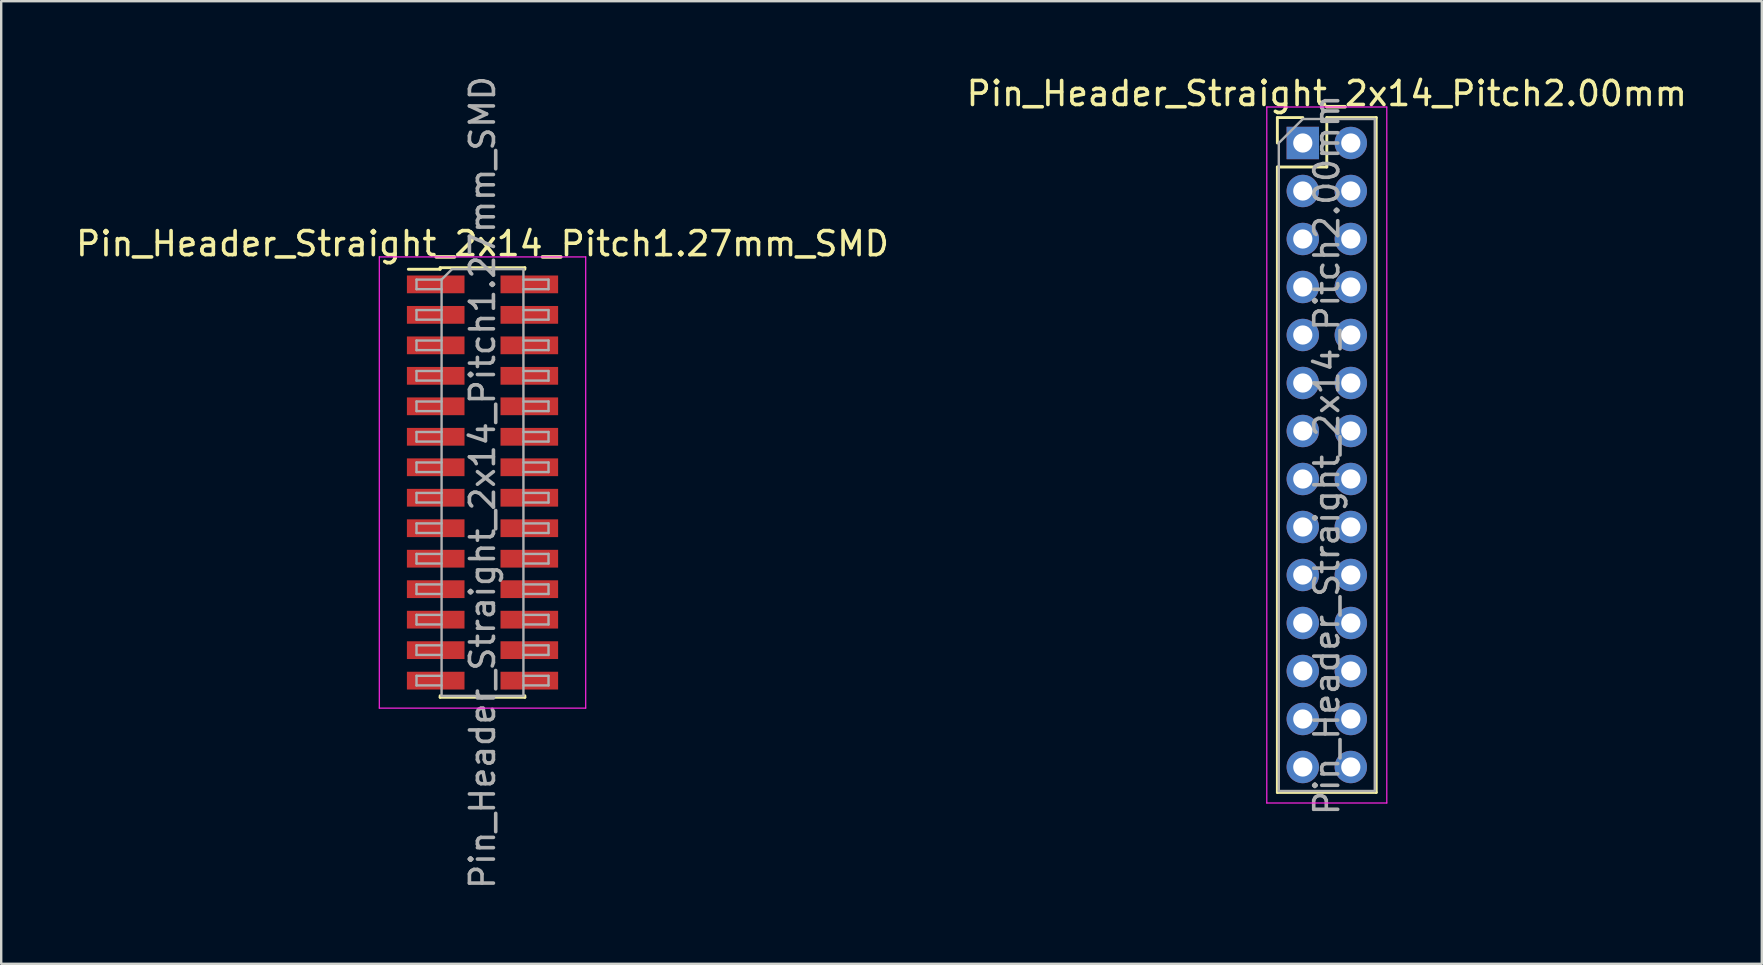
<source format=kicad_pcb>
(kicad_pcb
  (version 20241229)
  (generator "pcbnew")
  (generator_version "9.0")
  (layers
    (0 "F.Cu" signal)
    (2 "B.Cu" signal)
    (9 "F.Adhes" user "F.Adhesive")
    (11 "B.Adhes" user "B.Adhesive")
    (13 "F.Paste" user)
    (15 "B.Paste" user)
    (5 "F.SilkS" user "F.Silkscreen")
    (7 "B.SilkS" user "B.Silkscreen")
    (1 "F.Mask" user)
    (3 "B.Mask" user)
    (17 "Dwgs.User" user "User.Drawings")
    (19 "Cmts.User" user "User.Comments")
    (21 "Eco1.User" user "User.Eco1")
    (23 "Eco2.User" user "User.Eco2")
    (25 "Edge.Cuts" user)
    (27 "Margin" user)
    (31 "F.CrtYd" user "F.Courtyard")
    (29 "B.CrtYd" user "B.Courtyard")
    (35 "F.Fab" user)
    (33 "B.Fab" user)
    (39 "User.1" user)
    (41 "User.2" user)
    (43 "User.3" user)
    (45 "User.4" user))
  (footprint "Pin_Header_Straight_2x14_Pitch1.27mm_SMD"
    (layer "F.Cu")
    (at 17.054 17.054)
    (property "Reference" "Pin_Header_Straight_2x14_Pitch1.27mm_SMD" (at 0 -9.95 0) (layer "F.SilkS") (effects (font (size 1 1) (thickness 0.15))))
    (attr smd)
    (fp_line (start -3.09 -8.885) (end -1.765 -8.885) (stroke (width 0.12) (type solid)) (layer "F.SilkS"))
    (fp_line (start -1.765 -8.95) (end -1.765 -8.885) (stroke (width 0.12) (type solid)) (layer "F.SilkS"))
    (fp_line (start -1.765 -8.95) (end 1.765 -8.95) (stroke (width 0.12) (type solid)) (layer "F.SilkS"))
    (fp_line (start -1.765 8.885) (end -1.765 8.95) (stroke (width 0.12) (type solid)) (layer "F.SilkS"))
    (fp_line (start -1.765 8.95) (end 1.765 8.95) (stroke (width 0.12) (type solid)) (layer "F.SilkS"))
    (fp_line (start 1.765 -8.95) (end 1.765 -8.885) (stroke (width 0.12) (type solid)) (layer "F.SilkS"))
    (fp_line (start 1.765 8.885) (end 1.765 8.95) (stroke (width 0.12) (type solid)) (layer "F.SilkS"))
    (fp_line (start -4.3 -9.4) (end -4.3 9.4) (stroke (width 0.05) (type solid)) (layer "F.CrtYd"))
    (fp_line (start -4.3 9.4) (end 4.3 9.4) (stroke (width 0.05) (type solid)) (layer "F.CrtYd"))
    (fp_line (start 4.3 -9.4) (end -4.3 -9.4) (stroke (width 0.05) (type solid)) (layer "F.CrtYd"))
    (fp_line (start 4.3 9.4) (end 4.3 -9.4) (stroke (width 0.05) (type solid)) (layer "F.CrtYd"))
    (fp_line (start -2.75 -8.455) (end -2.75 -8.055) (stroke (width 0.1) (type solid)) (layer "F.Fab"))
    (fp_line (start -2.75 -8.055) (end -1.705 -8.055) (stroke (width 0.1) (type solid)) (layer "F.Fab"))
    (fp_line (start -2.75 -7.185) (end -2.75 -6.785) (stroke (width 0.1) (type solid)) (layer "F.Fab"))
    (fp_line (start -2.75 -6.785) (end -1.705 -6.785) (stroke (width 0.1) (type solid)) (layer "F.Fab"))
    (fp_line (start -2.75 -5.915) (end -2.75 -5.515) (stroke (width 0.1) (type solid)) (layer "F.Fab"))
    (fp_line (start -2.75 -5.515) (end -1.705 -5.515) (stroke (width 0.1) (type solid)) (layer "F.Fab"))
    (fp_line (start -2.75 -4.645) (end -2.75 -4.245) (stroke (width 0.1) (type solid)) (layer "F.Fab"))
    (fp_line (start -2.75 -4.245) (end -1.705 -4.245) (stroke (width 0.1) (type solid)) (layer "F.Fab"))
    (fp_line (start -2.75 -3.375) (end -2.75 -2.975) (stroke (width 0.1) (type solid)) (layer "F.Fab"))
    (fp_line (start -2.75 -2.975) (end -1.705 -2.975) (stroke (width 0.1) (type solid)) (layer "F.Fab"))
    (fp_line (start -2.75 -2.105) (end -2.75 -1.705) (stroke (width 0.1) (type solid)) (layer "F.Fab"))
    (fp_line (start -2.75 -1.705) (end -1.705 -1.705) (stroke (width 0.1) (type solid)) (layer "F.Fab"))
    (fp_line (start -2.75 -0.835) (end -2.75 -0.435) (stroke (width 0.1) (type solid)) (layer "F.Fab"))
    (fp_line (start -2.75 -0.435) (end -1.705 -0.435) (stroke (width 0.1) (type solid)) (layer "F.Fab"))
    (fp_line (start -2.75 0.435) (end -2.75 0.835) (stroke (width 0.1) (type solid)) (layer "F.Fab"))
    (fp_line (start -2.75 0.835) (end -1.705 0.835) (stroke (width 0.1) (type solid)) (layer "F.Fab"))
    (fp_line (start -2.75 1.705) (end -2.75 2.105) (stroke (width 0.1) (type solid)) (layer "F.Fab"))
    (fp_line (start -2.75 2.105) (end -1.705 2.105) (stroke (width 0.1) (type solid)) (layer "F.Fab"))
    (fp_line (start -2.75 2.975) (end -2.75 3.375) (stroke (width 0.1) (type solid)) (layer "F.Fab"))
    (fp_line (start -2.75 3.375) (end -1.705 3.375) (stroke (width 0.1) (type solid)) (layer "F.Fab"))
    (fp_line (start -2.75 4.245) (end -2.75 4.645) (stroke (width 0.1) (type solid)) (layer "F.Fab"))
    (fp_line (start -2.75 4.645) (end -1.705 4.645) (stroke (width 0.1) (type solid)) (layer "F.Fab"))
    (fp_line (start -2.75 5.515) (end -2.75 5.915) (stroke (width 0.1) (type solid)) (layer "F.Fab"))
    (fp_line (start -2.75 5.915) (end -1.705 5.915) (stroke (width 0.1) (type solid)) (layer "F.Fab"))
    (fp_line (start -2.75 6.785) (end -2.75 7.185) (stroke (width 0.1) (type solid)) (layer "F.Fab"))
    (fp_line (start -2.75 7.185) (end -1.705 7.185) (stroke (width 0.1) (type solid)) (layer "F.Fab"))
    (fp_line (start -2.75 8.055) (end -2.75 8.455) (stroke (width 0.1) (type solid)) (layer "F.Fab"))
    (fp_line (start -2.75 8.455) (end -1.705 8.455) (stroke (width 0.1) (type solid)) (layer "F.Fab"))
    (fp_line (start -1.705 -8.455) (end -2.75 -8.455) (stroke (width 0.1) (type solid)) (layer "F.Fab"))
    (fp_line (start -1.705 -8.455) (end -1.27 -8.89) (stroke (width 0.1) (type solid)) (layer "F.Fab"))
    (fp_line (start -1.705 -7.185) (end -2.75 -7.185) (stroke (width 0.1) (type solid)) (layer "F.Fab"))
    (fp_line (start -1.705 -5.915) (end -2.75 -5.915) (stroke (width 0.1) (type solid)) (layer "F.Fab"))
    (fp_line (start -1.705 -4.645) (end -2.75 -4.645) (stroke (width 0.1) (type solid)) (layer "F.Fab"))
    (fp_line (start -1.705 -3.375) (end -2.75 -3.375) (stroke (width 0.1) (type solid)) (layer "F.Fab"))
    (fp_line (start -1.705 -2.105) (end -2.75 -2.105) (stroke (width 0.1) (type solid)) (layer "F.Fab"))
    (fp_line (start -1.705 -0.835) (end -2.75 -0.835) (stroke (width 0.1) (type solid)) (layer "F.Fab"))
    (fp_line (start -1.705 0.435) (end -2.75 0.435) (stroke (width 0.1) (type solid)) (layer "F.Fab"))
    (fp_line (start -1.705 1.705) (end -2.75 1.705) (stroke (width 0.1) (type solid)) (layer "F.Fab"))
    (fp_line (start -1.705 2.975) (end -2.75 2.975) (stroke (width 0.1) (type solid)) (layer "F.Fab"))
    (fp_line (start -1.705 4.245) (end -2.75 4.245) (stroke (width 0.1) (type solid)) (layer "F.Fab"))
    (fp_line (start -1.705 5.515) (end -2.75 5.515) (stroke (width 0.1) (type solid)) (layer "F.Fab"))
    (fp_line (start -1.705 6.785) (end -2.75 6.785) (stroke (width 0.1) (type solid)) (layer "F.Fab"))
    (fp_line (start -1.705 8.055) (end -2.75 8.055) (stroke (width 0.1) (type solid)) (layer "F.Fab"))
    (fp_line (start -1.705 8.89) (end -1.705 -8.455) (stroke (width 0.1) (type solid)) (layer "F.Fab"))
    (fp_line (start -1.27 -8.89) (end 1.705 -8.89) (stroke (width 0.1) (type solid)) (layer "F.Fab"))
    (fp_line (start 1.705 -8.89) (end 1.705 8.89) (stroke (width 0.1) (type solid)) (layer "F.Fab"))
    (fp_line (start 1.705 -8.455) (end 2.75 -8.455) (stroke (width 0.1) (type solid)) (layer "F.Fab"))
    (fp_line (start 1.705 -7.185) (end 2.75 -7.185) (stroke (width 0.1) (type solid)) (layer "F.Fab"))
    (fp_line (start 1.705 -5.915) (end 2.75 -5.915) (stroke (width 0.1) (type solid)) (layer "F.Fab"))
    (fp_line (start 1.705 -4.645) (end 2.75 -4.645) (stroke (width 0.1) (type solid)) (layer "F.Fab"))
    (fp_line (start 1.705 -3.375) (end 2.75 -3.375) (stroke (width 0.1) (type solid)) (layer "F.Fab"))
    (fp_line (start 1.705 -2.105) (end 2.75 -2.105) (stroke (width 0.1) (type solid)) (layer "F.Fab"))
    (fp_line (start 1.705 -0.835) (end 2.75 -0.835) (stroke (width 0.1) (type solid)) (layer "F.Fab"))
    (fp_line (start 1.705 0.435) (end 2.75 0.435) (stroke (width 0.1) (type solid)) (layer "F.Fab"))
    (fp_line (start 1.705 1.705) (end 2.75 1.705) (stroke (width 0.1) (type solid)) (layer "F.Fab"))
    (fp_line (start 1.705 2.975) (end 2.75 2.975) (stroke (width 0.1) (type solid)) (layer "F.Fab"))
    (fp_line (start 1.705 4.245) (end 2.75 4.245) (stroke (width 0.1) (type solid)) (layer "F.Fab"))
    (fp_line (start 1.705 5.515) (end 2.75 5.515) (stroke (width 0.1) (type solid)) (layer "F.Fab"))
    (fp_line (start 1.705 6.785) (end 2.75 6.785) (stroke (width 0.1) (type solid)) (layer "F.Fab"))
    (fp_line (start 1.705 8.055) (end 2.75 8.055) (stroke (width 0.1) (type solid)) (layer "F.Fab"))
    (fp_line (start 1.705 8.89) (end -1.705 8.89) (stroke (width 0.1) (type solid)) (layer "F.Fab"))
    (fp_line (start 2.75 -8.455) (end 2.75 -8.055) (stroke (width 0.1) (type solid)) (layer "F.Fab"))
    (fp_line (start 2.75 -8.055) (end 1.705 -8.055) (stroke (width 0.1) (type solid)) (layer "F.Fab"))
    (fp_line (start 2.75 -7.185) (end 2.75 -6.785) (stroke (width 0.1) (type solid)) (layer "F.Fab"))
    (fp_line (start 2.75 -6.785) (end 1.705 -6.785) (stroke (width 0.1) (type solid)) (layer "F.Fab"))
    (fp_line (start 2.75 -5.915) (end 2.75 -5.515) (stroke (width 0.1) (type solid)) (layer "F.Fab"))
    (fp_line (start 2.75 -5.515) (end 1.705 -5.515) (stroke (width 0.1) (type solid)) (layer "F.Fab"))
    (fp_line (start 2.75 -4.645) (end 2.75 -4.245) (stroke (width 0.1) (type solid)) (layer "F.Fab"))
    (fp_line (start 2.75 -4.245) (end 1.705 -4.245) (stroke (width 0.1) (type solid)) (layer "F.Fab"))
    (fp_line (start 2.75 -3.375) (end 2.75 -2.975) (stroke (width 0.1) (type solid)) (layer "F.Fab"))
    (fp_line (start 2.75 -2.975) (end 1.705 -2.975) (stroke (width 0.1) (type solid)) (layer "F.Fab"))
    (fp_line (start 2.75 -2.105) (end 2.75 -1.705) (stroke (width 0.1) (type solid)) (layer "F.Fab"))
    (fp_line (start 2.75 -1.705) (end 1.705 -1.705) (stroke (width 0.1) (type solid)) (layer "F.Fab"))
    (fp_line (start 2.75 -0.835) (end 2.75 -0.435) (stroke (width 0.1) (type solid)) (layer "F.Fab"))
    (fp_line (start 2.75 -0.435) (end 1.705 -0.435) (stroke (width 0.1) (type solid)) (layer "F.Fab"))
    (fp_line (start 2.75 0.435) (end 2.75 0.835) (stroke (width 0.1) (type solid)) (layer "F.Fab"))
    (fp_line (start 2.75 0.835) (end 1.705 0.835) (stroke (width 0.1) (type solid)) (layer "F.Fab"))
    (fp_line (start 2.75 1.705) (end 2.75 2.105) (stroke (width 0.1) (type solid)) (layer "F.Fab"))
    (fp_line (start 2.75 2.105) (end 1.705 2.105) (stroke (width 0.1) (type solid)) (layer "F.Fab"))
    (fp_line (start 2.75 2.975) (end 2.75 3.375) (stroke (width 0.1) (type solid)) (layer "F.Fab"))
    (fp_line (start 2.75 3.375) (end 1.705 3.375) (stroke (width 0.1) (type solid)) (layer "F.Fab"))
    (fp_line (start 2.75 4.245) (end 2.75 4.645) (stroke (width 0.1) (type solid)) (layer "F.Fab"))
    (fp_line (start 2.75 4.645) (end 1.705 4.645) (stroke (width 0.1) (type solid)) (layer "F.Fab"))
    (fp_line (start 2.75 5.515) (end 2.75 5.915) (stroke (width 0.1) (type solid)) (layer "F.Fab"))
    (fp_line (start 2.75 5.915) (end 1.705 5.915) (stroke (width 0.1) (type solid)) (layer "F.Fab"))
    (fp_line (start 2.75 6.785) (end 2.75 7.185) (stroke (width 0.1) (type solid)) (layer "F.Fab"))
    (fp_line (start 2.75 7.185) (end 1.705 7.185) (stroke (width 0.1) (type solid)) (layer "F.Fab"))
    (fp_line (start 2.75 8.055) (end 2.75 8.455) (stroke (width 0.1) (type solid)) (layer "F.Fab"))
    (fp_line (start 2.75 8.455) (end 1.705 8.455) (stroke (width 0.1) (type solid)) (layer "F.Fab"))
    (fp_text user "${REFERENCE}" (at 0 0 90) (layer "F.Fab") (effects (font (size 1 1) (thickness 0.15))))
    (pad "1" smd rect (at -1.95 -8.255) (size 2.4 0.74) (layers "F.Cu" "F.Mask" "F.Paste"))
    (pad "2" smd rect (at 1.95 -8.255) (size 2.4 0.74) (layers "F.Cu" "F.Mask" "F.Paste"))
    (pad "3" smd rect (at -1.95 -6.985) (size 2.4 0.74) (layers "F.Cu" "F.Mask" "F.Paste"))
    (pad "4" smd rect (at 1.95 -6.985) (size 2.4 0.74) (layers "F.Cu" "F.Mask" "F.Paste"))
    (pad "5" smd rect (at -1.95 -5.715) (size 2.4 0.74) (layers "F.Cu" "F.Mask" "F.Paste"))
    (pad "6" smd rect (at 1.95 -5.715) (size 2.4 0.74) (layers "F.Cu" "F.Mask" "F.Paste"))
    (pad "7" smd rect (at -1.95 -4.445) (size 2.4 0.74) (layers "F.Cu" "F.Mask" "F.Paste"))
    (pad "8" smd rect (at 1.95 -4.445) (size 2.4 0.74) (layers "F.Cu" "F.Mask" "F.Paste"))
    (pad "9" smd rect (at -1.95 -3.175) (size 2.4 0.74) (layers "F.Cu" "F.Mask" "F.Paste"))
    (pad "10" smd rect (at 1.95 -3.175) (size 2.4 0.74) (layers "F.Cu" "F.Mask" "F.Paste"))
    (pad "11" smd rect (at -1.95 -1.905) (size 2.4 0.74) (layers "F.Cu" "F.Mask" "F.Paste"))
    (pad "12" smd rect (at 1.95 -1.905) (size 2.4 0.74) (layers "F.Cu" "F.Mask" "F.Paste"))
    (pad "13" smd rect (at -1.95 -0.635) (size 2.4 0.74) (layers "F.Cu" "F.Mask" "F.Paste"))
    (pad "14" smd rect (at 1.95 -0.635) (size 2.4 0.74) (layers "F.Cu" "F.Mask" "F.Paste"))
    (pad "15" smd rect (at -1.95 0.635) (size 2.4 0.74) (layers "F.Cu" "F.Mask" "F.Paste"))
    (pad "16" smd rect (at 1.95 0.635) (size 2.4 0.74) (layers "F.Cu" "F.Mask" "F.Paste"))
    (pad "17" smd rect (at -1.95 1.905) (size 2.4 0.74) (layers "F.Cu" "F.Mask" "F.Paste"))
    (pad "18" smd rect (at 1.95 1.905) (size 2.4 0.74) (layers "F.Cu" "F.Mask" "F.Paste"))
    (pad "19" smd rect (at -1.95 3.175) (size 2.4 0.74) (layers "F.Cu" "F.Mask" "F.Paste"))
    (pad "20" smd rect (at 1.95 3.175) (size 2.4 0.74) (layers "F.Cu" "F.Mask" "F.Paste"))
    (pad "21" smd rect (at -1.95 4.445) (size 2.4 0.74) (layers "F.Cu" "F.Mask" "F.Paste"))
    (pad "22" smd rect (at 1.95 4.445) (size 2.4 0.74) (layers "F.Cu" "F.Mask" "F.Paste"))
    (pad "23" smd rect (at -1.95 5.715) (size 2.4 0.74) (layers "F.Cu" "F.Mask" "F.Paste"))
    (pad "24" smd rect (at 1.95 5.715) (size 2.4 0.74) (layers "F.Cu" "F.Mask" "F.Paste"))
    (pad "25" smd rect (at -1.95 6.985) (size 2.4 0.74) (layers "F.Cu" "F.Mask" "F.Paste"))
    (pad "26" smd rect (at 1.95 6.985) (size 2.4 0.74) (layers "F.Cu" "F.Mask" "F.Paste"))
    (pad "27" smd rect (at -1.95 8.255) (size 2.4 0.74) (layers "F.Cu" "F.Mask" "F.Paste"))
    (pad "28" smd rect (at 1.95 8.255) (size 2.4 0.74) (layers "F.Cu" "F.Mask" "F.Paste")))
  (footprint "Pin_Header_Straight_2x14_Pitch2.00mm"
    (layer "F.Cu")
    (at 51.232 2.908)
    (property "Reference" "Pin_Header_Straight_2x14_Pitch2.00mm" (at 1 -2.06 0) (layer "F.SilkS") (effects (font (size 1 1) (thickness 0.15))))
    (attr through_hole)
    (fp_line (start -1.06 -1.06) (end 0 -1.06) (stroke (width 0.12) (type solid)) (layer "F.SilkS"))
    (fp_line (start -1.06 0) (end -1.06 -1.06) (stroke (width 0.12) (type solid)) (layer "F.SilkS"))
    (fp_line (start -1.06 1) (end -1.06 27.06) (stroke (width 0.12) (type solid)) (layer "F.SilkS"))
    (fp_line (start -1.06 1) (end 1 1) (stroke (width 0.12) (type solid)) (layer "F.SilkS"))
    (fp_line (start -1.06 27.06) (end 3.06 27.06) (stroke (width 0.12) (type solid)) (layer "F.SilkS"))
    (fp_line (start 1 -1.06) (end 3.06 -1.06) (stroke (width 0.12) (type solid)) (layer "F.SilkS"))
    (fp_line (start 1 1) (end 1 -1.06) (stroke (width 0.12) (type solid)) (layer "F.SilkS"))
    (fp_line (start 3.06 -1.06) (end 3.06 27.06) (stroke (width 0.12) (type solid)) (layer "F.SilkS"))
    (fp_line (start -1.5 -1.5) (end -1.5 27.5) (stroke (width 0.05) (type solid)) (layer "F.CrtYd"))
    (fp_line (start -1.5 27.5) (end 3.5 27.5) (stroke (width 0.05) (type solid)) (layer "F.CrtYd"))
    (fp_line (start 3.5 -1.5) (end -1.5 -1.5) (stroke (width 0.05) (type solid)) (layer "F.CrtYd"))
    (fp_line (start 3.5 27.5) (end 3.5 -1.5) (stroke (width 0.05) (type solid)) (layer "F.CrtYd"))
    (fp_line (start -1 0) (end 0 -1) (stroke (width 0.1) (type solid)) (layer "F.Fab"))
    (fp_line (start -1 27) (end -1 0) (stroke (width 0.1) (type solid)) (layer "F.Fab"))
    (fp_line (start 0 -1) (end 3 -1) (stroke (width 0.1) (type solid)) (layer "F.Fab"))
    (fp_line (start 3 -1) (end 3 27) (stroke (width 0.1) (type solid)) (layer "F.Fab"))
    (fp_line (start 3 27) (end -1 27) (stroke (width 0.1) (type solid)) (layer "F.Fab"))
    (fp_text user "${REFERENCE}" (at 1 13 90) (layer "F.Fab") (effects (font (size 1 1) (thickness 0.15))))
    (pad "1" thru_hole rect (at 0 0) (size 1.35 1.35) (drill 0.8) (layers "*.Cu" "*.Mask"))
    (pad "2" thru_hole oval (at 2 0) (size 1.35 1.35) (drill 0.8) (layers "*.Cu" "*.Mask"))
    (pad "3" thru_hole oval (at 0 2) (size 1.35 1.35) (drill 0.8) (layers "*.Cu" "*.Mask"))
    (pad "4" thru_hole oval (at 2 2) (size 1.35 1.35) (drill 0.8) (layers "*.Cu" "*.Mask"))
    (pad "5" thru_hole oval (at 0 4) (size 1.35 1.35) (drill 0.8) (layers "*.Cu" "*.Mask"))
    (pad "6" thru_hole oval (at 2 4) (size 1.35 1.35) (drill 0.8) (layers "*.Cu" "*.Mask"))
    (pad "7" thru_hole oval (at 0 6) (size 1.35 1.35) (drill 0.8) (layers "*.Cu" "*.Mask"))
    (pad "8" thru_hole oval (at 2 6) (size 1.35 1.35) (drill 0.8) (layers "*.Cu" "*.Mask"))
    (pad "9" thru_hole oval (at 0 8) (size 1.35 1.35) (drill 0.8) (layers "*.Cu" "*.Mask"))
    (pad "10" thru_hole oval (at 2 8) (size 1.35 1.35) (drill 0.8) (layers "*.Cu" "*.Mask"))
    (pad "11" thru_hole oval (at 0 10) (size 1.35 1.35) (drill 0.8) (layers "*.Cu" "*.Mask"))
    (pad "12" thru_hole oval (at 2 10) (size 1.35 1.35) (drill 0.8) (layers "*.Cu" "*.Mask"))
    (pad "13" thru_hole oval (at 0 12) (size 1.35 1.35) (drill 0.8) (layers "*.Cu" "*.Mask"))
    (pad "14" thru_hole oval (at 2 12) (size 1.35 1.35) (drill 0.8) (layers "*.Cu" "*.Mask"))
    (pad "15" thru_hole oval (at 0 14) (size 1.35 1.35) (drill 0.8) (layers "*.Cu" "*.Mask"))
    (pad "16" thru_hole oval (at 2 14) (size 1.35 1.35) (drill 0.8) (layers "*.Cu" "*.Mask"))
    (pad "17" thru_hole oval (at 0 16) (size 1.35 1.35) (drill 0.8) (layers "*.Cu" "*.Mask"))
    (pad "18" thru_hole oval (at 2 16) (size 1.35 1.35) (drill 0.8) (layers "*.Cu" "*.Mask"))
    (pad "19" thru_hole oval (at 0 18) (size 1.35 1.35) (drill 0.8) (layers "*.Cu" "*.Mask"))
    (pad "20" thru_hole oval (at 2 18) (size 1.35 1.35) (drill 0.8) (layers "*.Cu" "*.Mask"))
    (pad "21" thru_hole oval (at 0 20) (size 1.35 1.35) (drill 0.8) (layers "*.Cu" "*.Mask"))
    (pad "22" thru_hole oval (at 2 20) (size 1.35 1.35) (drill 0.8) (layers "*.Cu" "*.Mask"))
    (pad "23" thru_hole oval (at 0 22) (size 1.35 1.35) (drill 0.8) (layers "*.Cu" "*.Mask"))
    (pad "24" thru_hole oval (at 2 22) (size 1.35 1.35) (drill 0.8) (layers "*.Cu" "*.Mask"))
    (pad "25" thru_hole oval (at 0 24) (size 1.35 1.35) (drill 0.8) (layers "*.Cu" "*.Mask"))
    (pad "26" thru_hole oval (at 2 24) (size 1.35 1.35) (drill 0.8) (layers "*.Cu" "*.Mask"))
    (pad "27" thru_hole oval (at 0 26) (size 1.35 1.35) (drill 0.8) (layers "*.Cu" "*.Mask"))
    (pad "28" thru_hole oval (at 2 26) (size 1.35 1.35) (drill 0.8) (layers "*.Cu" "*.Mask")))
  (gr_rect
    (start -3 -3)
    (end 70.357 37.107)
    (stroke (width 0.1) (type default))
    (fill no)
    (layer "Edge.Cuts")))
</source>
